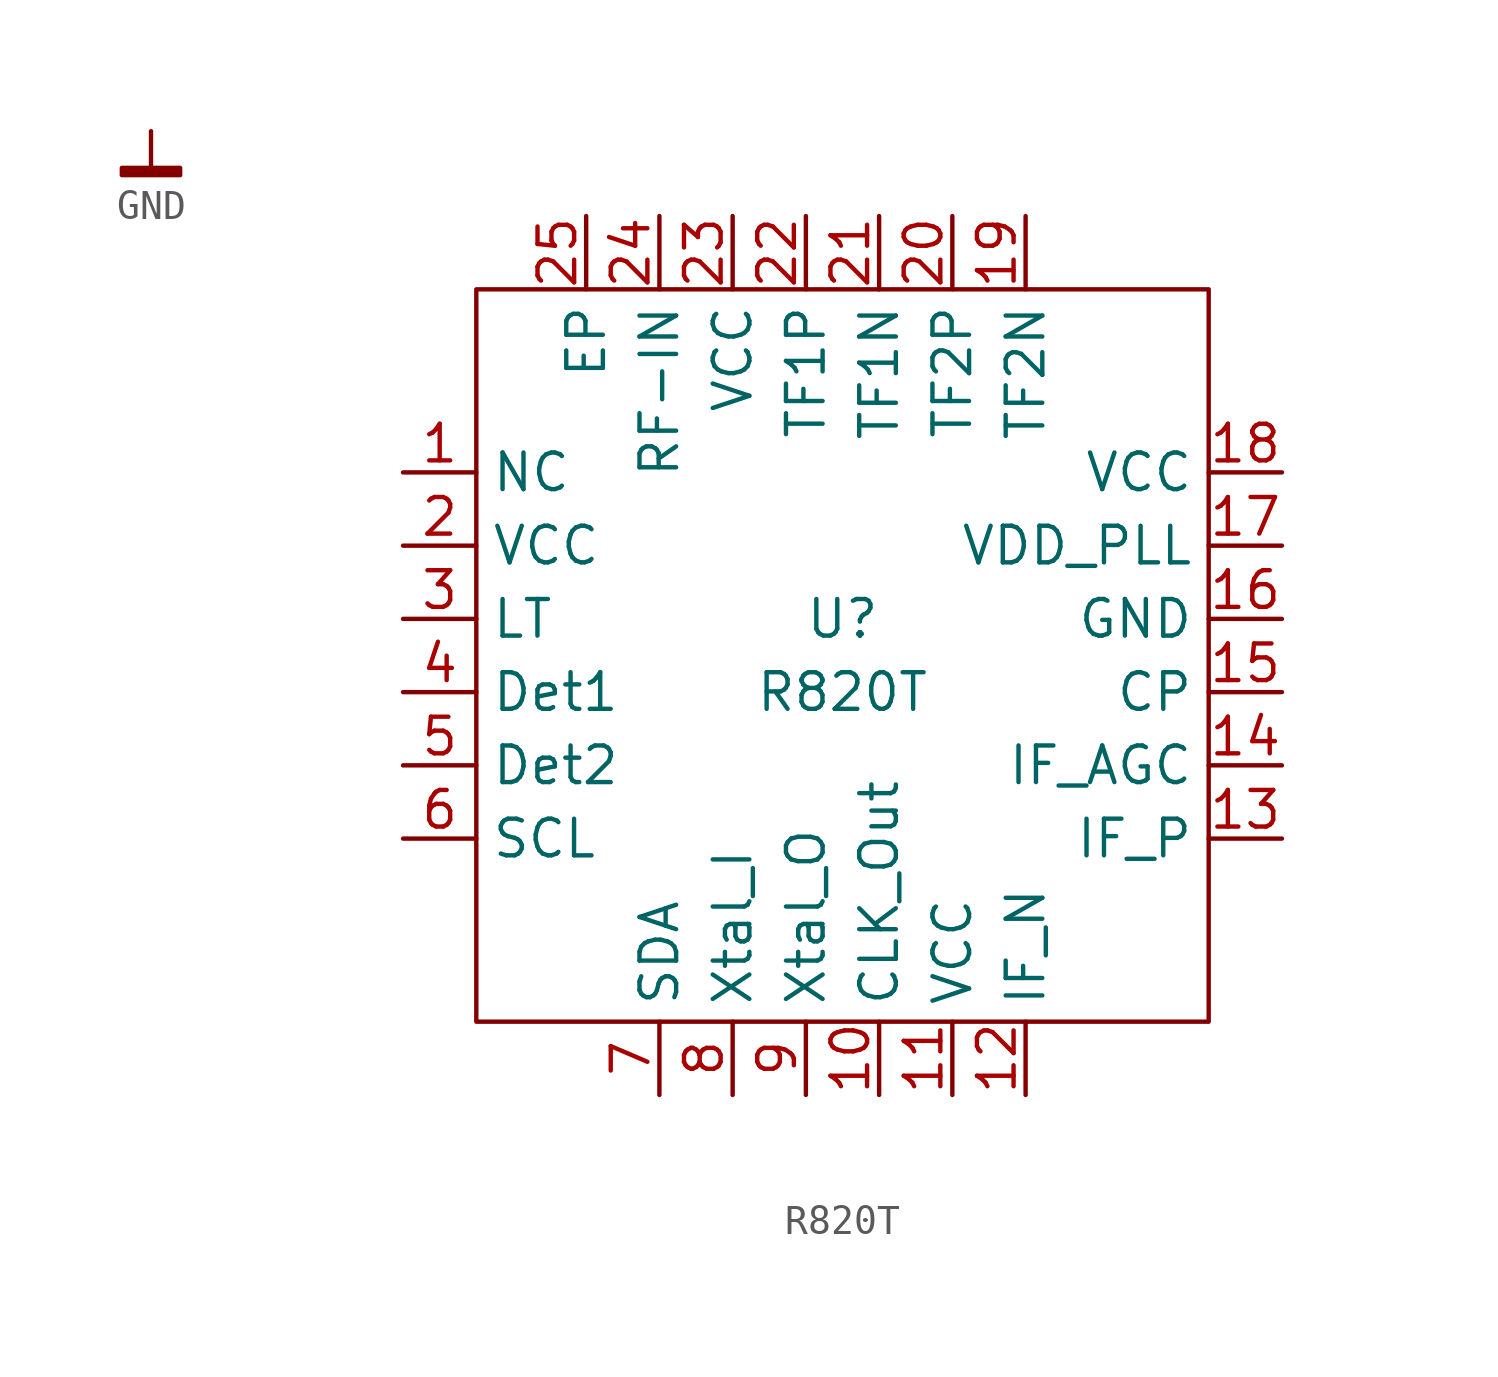
<source format=kicad_sym>
(kicad_symbol_lib
  (version 20241209)
  (generator "kicad_symbol_editor")
  (generator_version "9.0")
  (symbol "GND"
    (power)
    (pin_numbers
      (hide yes))
    (pin_names
      (offset 0)
      (hide yes))
    (property "Reference" "#PWR"
      (at 0 0 0)
      (effects (font (size 1.27 1.27)) (hide yes)))
    (symbol "GND_0_1"
      (polyline (pts (xy 0 0) (xy 0 -1.27)) (stroke (width 0) (type default)) (fill (type none))))
    (symbol "GND_1_1"
      (polyline (pts (xy -1.016 -1.27) (xy 1.016 -1.27) (xy 1.016 -1.524) (xy -1.016 -1.524) (xy -1.016 -1.27)) (stroke (width 0) (type default)) (fill (type outline)))
      (pin power_in line (at 0 0 270) (length 0) (name "~" (effects (font (size 0 0)))) (number "1" (effects (font (size 0 0)))))))
  (symbol "R820T"
    (property "Reference" "U"
      (at 0 1.27 0)
      (effects (font (size 1.27 1.27))))
    (property "Value" "R820T"
      (at 0 -1.27 0)
      (effects (font (size 1.27 1.27))))
    (symbol "R820T_0_0"
      (pin passive line (at -15.24 6.35 0) (length 2.54) (name "NC" (effects (font (size 1.27 1.27)))) (number "1" (effects (font (size 1.27 1.27)))))
      (pin passive line (at -15.24 3.81 0) (length 2.54) (name "VCC" (effects (font (size 1.27 1.27)))) (number "2" (effects (font (size 1.27 1.27)))))
      (pin passive line (at -15.24 1.27 0) (length 2.54) (name "LT" (effects (font (size 1.27 1.27)))) (number "3" (effects (font (size 1.27 1.27)))))
      (pin passive line (at -15.24 -1.27 0) (length 2.54) (name "Det1" (effects (font (size 1.27 1.27)))) (number "4" (effects (font (size 1.27 1.27)))))
      (pin passive line (at -15.24 -3.81 0) (length 2.54) (name "Det2" (effects (font (size 1.27 1.27)))) (number "5" (effects (font (size 1.27 1.27)))))
      (pin passive line (at -15.24 -6.35 0) (length 2.54) (name "SCL" (effects (font (size 1.27 1.27)))) (number "6" (effects (font (size 1.27 1.27)))))
      (pin passive line (at -6.35 15.24 270) (length 2.54) (name "RF-IN" (effects (font (size 1.27 1.27)))) (number "24" (effects (font (size 1.27 1.27)))))
      (pin passive line (at -6.35 -15.24 90) (length 2.54) (name "SDA" (effects (font (size 1.27 1.27)))) (number "7" (effects (font (size 1.27 1.27)))))
      (pin passive line (at -3.81 15.24 270) (length 2.54) (name "VCC" (effects (font (size 1.27 1.27)))) (number "23" (effects (font (size 1.27 1.27)))))
      (pin passive line (at -3.81 -15.24 90) (length 2.54) (name "Xtal_I" (effects (font (size 1.27 1.27)))) (number "8" (effects (font (size 1.27 1.27)))))
      (pin passive line (at -1.27 15.24 270) (length 2.54) (name "TF1P" (effects (font (size 1.27 1.27)))) (number "22" (effects (font (size 1.27 1.27)))))
      (pin passive line (at -1.27 -15.24 90) (length 2.54) (name "Xtal_O" (effects (font (size 1.27 1.27)))) (number "9" (effects (font (size 1.27 1.27)))))
      (pin passive line (at 1.27 15.24 270) (length 2.54) (name "TF1N" (effects (font (size 1.27 1.27)))) (number "21" (effects (font (size 1.27 1.27)))))
      (pin passive line (at 1.27 -15.24 90) (length 2.54) (name "CLK_Out" (effects (font (size 1.27 1.27)))) (number "10" (effects (font (size 1.27 1.27)))))
      (pin passive line (at 3.81 15.24 270) (length 2.54) (name "TF2P" (effects (font (size 1.27 1.27)))) (number "20" (effects (font (size 1.27 1.27)))))
      (pin passive line (at 3.81 -15.24 90) (length 2.54) (name "VCC" (effects (font (size 1.27 1.27)))) (number "11" (effects (font (size 1.27 1.27)))))
      (pin passive line (at 6.35 15.24 270) (length 2.54) (name "TF2N" (effects (font (size 1.27 1.27)))) (number "19" (effects (font (size 1.27 1.27)))))
      (pin passive line (at 6.35 -15.24 90) (length 2.54) (name "IF_N" (effects (font (size 1.27 1.27)))) (number "12" (effects (font (size 1.27 1.27)))))
      (pin passive line (at 15.24 6.35 180) (length 2.54) (name "VCC" (effects (font (size 1.27 1.27)))) (number "18" (effects (font (size 1.27 1.27)))))
      (pin passive line (at 15.24 3.81 180) (length 2.54) (name "VDD_PLL" (effects (font (size 1.27 1.27)))) (number "17" (effects (font (size 1.27 1.27)))))
      (pin passive line (at 15.24 1.27 180) (length 2.54) (name "GND" (effects (font (size 1.27 1.27)))) (number "16" (effects (font (size 1.27 1.27)))))
      (pin passive line (at 15.24 -1.27 180) (length 2.54) (name "CP" (effects (font (size 1.27 1.27)))) (number "15" (effects (font (size 1.27 1.27)))))
      (pin passive line (at 15.24 -3.81 180) (length 2.54) (name "IF_AGC" (effects (font (size 1.27 1.27)))) (number "14" (effects (font (size 1.27 1.27)))))
      (pin passive line (at 15.24 -6.35 180) (length 2.54) (name "IF_P" (effects (font (size 1.27 1.27)))) (number "13" (effects (font (size 1.27 1.27))))))
    (symbol "R820T_0_1"
      (rectangle (start -12.7 12.7) (end 12.7 -12.7) (stroke (width 0) (type default)) (fill (type none))))
    (symbol "R820T_1_0"
      (pin passive line (at -8.89 15.24 270) (length 2.54) (name "EP" (effects (font (size 1.27 1.27)))) (number "25" (effects (font (size 1.27 1.27))))))))
</source>
